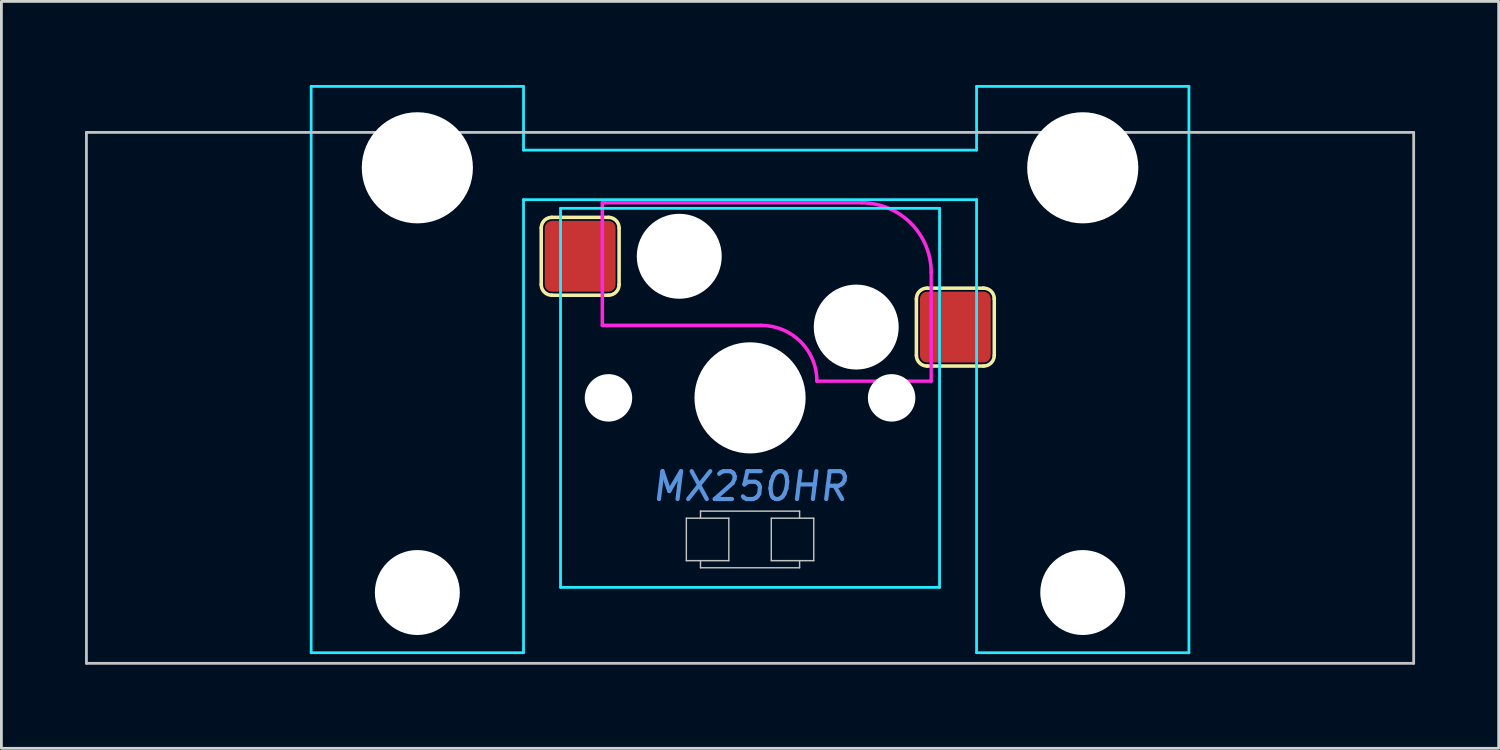
<source format=kicad_pcb>
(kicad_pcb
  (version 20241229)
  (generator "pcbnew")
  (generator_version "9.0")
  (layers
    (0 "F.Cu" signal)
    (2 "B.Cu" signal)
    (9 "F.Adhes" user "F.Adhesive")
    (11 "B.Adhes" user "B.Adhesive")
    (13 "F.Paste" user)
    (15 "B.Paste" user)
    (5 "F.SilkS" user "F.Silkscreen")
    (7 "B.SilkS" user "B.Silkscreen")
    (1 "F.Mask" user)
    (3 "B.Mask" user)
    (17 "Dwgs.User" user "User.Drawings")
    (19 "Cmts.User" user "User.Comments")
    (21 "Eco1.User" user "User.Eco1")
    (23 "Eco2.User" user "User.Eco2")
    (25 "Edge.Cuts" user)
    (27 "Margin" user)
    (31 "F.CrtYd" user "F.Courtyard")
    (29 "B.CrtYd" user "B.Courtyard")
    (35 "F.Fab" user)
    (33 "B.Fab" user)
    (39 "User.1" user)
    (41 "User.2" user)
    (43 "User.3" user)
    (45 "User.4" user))
  (footprint "MX250HR"
    (layer "F.Cu")
    (at 23.863 11.226)
    (property "Reference" "MX250HR" (at 0 3.175 0) (layer "Cmts.User") (effects (font (size 1 1) (thickness 0.15) (italic yes))))
    (attr smd)
    (fp_line (start -7.493 -6.096) (end -7.493 -4.064) (stroke (width 0.127) (type solid)) (layer "F.SilkS"))
    (fp_line (start -7.112 -3.683) (end -5.08 -3.683) (stroke (width 0.127) (type solid)) (layer "F.SilkS"))
    (fp_line (start -5.08 -6.477) (end -7.112 -6.477) (stroke (width 0.127) (type solid)) (layer "F.SilkS"))
    (fp_line (start -4.699 -4.064) (end -4.699 -6.096) (stroke (width 0.127) (type solid)) (layer "F.SilkS"))
    (fp_line (start 5.969 -3.556) (end 5.969 -1.524) (stroke (width 0.127) (type solid)) (layer "F.SilkS"))
    (fp_line (start 6.35 -1.143) (end 8.382 -1.143) (stroke (width 0.127) (type solid)) (layer "F.SilkS"))
    (fp_line (start 8.382 -3.937) (end 6.35 -3.937) (stroke (width 0.127) (type solid)) (layer "F.SilkS"))
    (fp_line (start 8.763 -1.524) (end 8.763 -3.556) (stroke (width 0.127) (type solid)) (layer "F.SilkS"))
    (fp_arc (start -7.493 -6.096) (mid -7.381408 -6.365408) (end -7.112 -6.477) (stroke (width 0.127) (type solid)) (layer "F.SilkS"))
    (fp_arc (start -7.112 -3.683) (mid -7.381408 -3.794592) (end -7.493 -4.064) (stroke (width 0.127) (type solid)) (layer "F.SilkS"))
    (fp_arc (start -5.08 -6.477) (mid -4.810592 -6.365408) (end -4.699 -6.096) (stroke (width 0.127) (type solid)) (layer "F.SilkS"))
    (fp_arc (start -4.699 -4.064) (mid -4.810592 -3.794592) (end -5.08 -3.683) (stroke (width 0.127) (type solid)) (layer "F.SilkS"))
    (fp_arc (start 5.969 -3.556) (mid 6.080592 -3.825408) (end 6.35 -3.937) (stroke (width 0.127) (type solid)) (layer "F.SilkS"))
    (fp_arc (start 6.35 -1.143) (mid 6.080592 -1.254592) (end 5.969 -1.524) (stroke (width 0.127) (type solid)) (layer "F.SilkS"))
    (fp_arc (start 8.382 -3.937) (mid 8.651408 -3.825408) (end 8.763 -3.556) (stroke (width 0.127) (type solid)) (layer "F.SilkS"))
    (fp_arc (start 8.763 -1.524) (mid 8.651408 -1.254592) (end 8.382 -1.143) (stroke (width 0.127) (type solid)) (layer "F.SilkS"))
    (fp_line (start -23.812 -9.525) (end -23.812 9.525) (stroke (width 0.1) (type solid)) (layer "Dwgs.User"))
    (fp_line (start -23.812 -9.525) (end 23.812 -9.525) (stroke (width 0.1) (type solid)) (layer "Dwgs.User"))
    (fp_line (start -23.812 9.525) (end 23.812 9.525) (stroke (width 0.1) (type solid)) (layer "Dwgs.User"))
    (fp_line (start -2.286 4.318) (end -0.762 4.318) (stroke (width 0.051) (type solid)) (layer "Dwgs.User"))
    (fp_line (start -2.286 5.842) (end -2.286 4.318) (stroke (width 0.051) (type solid)) (layer "Dwgs.User"))
    (fp_line (start -1.778 4.064) (end 1.778 4.064) (stroke (width 0.051) (type solid)) (layer "Dwgs.User"))
    (fp_line (start -1.778 4.318) (end -1.778 4.064) (stroke (width 0.051) (type solid)) (layer "Dwgs.User"))
    (fp_line (start -1.778 6.096) (end -1.778 5.842) (stroke (width 0.051) (type solid)) (layer "Dwgs.User"))
    (fp_line (start -0.762 4.318) (end -0.762 5.842) (stroke (width 0.051) (type solid)) (layer "Dwgs.User"))
    (fp_line (start -0.762 5.842) (end -2.286 5.842) (stroke (width 0.051) (type solid)) (layer "Dwgs.User"))
    (fp_line (start 0.762 4.318) (end 2.286 4.318) (stroke (width 0.051) (type solid)) (layer "Dwgs.User"))
    (fp_line (start 0.762 5.842) (end 0.762 4.318) (stroke (width 0.051) (type solid)) (layer "Dwgs.User"))
    (fp_line (start 1.778 4.064) (end 1.778 4.318) (stroke (width 0.051) (type solid)) (layer "Dwgs.User"))
    (fp_line (start 1.778 5.842) (end 1.778 6.096) (stroke (width 0.051) (type solid)) (layer "Dwgs.User"))
    (fp_line (start 1.778 6.096) (end -1.778 6.096) (stroke (width 0.051) (type solid)) (layer "Dwgs.User"))
    (fp_line (start 2.286 4.318) (end 2.286 5.842) (stroke (width 0.051) (type solid)) (layer "Dwgs.User"))
    (fp_line (start 2.286 5.842) (end 0.762 5.842) (stroke (width 0.051) (type solid)) (layer "Dwgs.User"))
    (fp_line (start 23.812 -9.525) (end 23.812 9.525) (stroke (width 0.1) (type solid)) (layer "Dwgs.User"))
    (fp_line (start -17.17 0.889) (end -17.17 2.921) (stroke (width 0.1) (type solid)) (layer "Eco1.User"))
    (fp_line (start -16.789 3.302) (end -16.535 3.302) (stroke (width 0.1) (type solid)) (layer "Eco1.User"))
    (fp_line (start -16.535 0.508) (end -16.789 0.508) (stroke (width 0.1) (type solid)) (layer "Eco1.User"))
    (fp_line (start -16.154 -6.223) (end -16.154 0.127) (stroke (width 0.1) (type solid)) (layer "Eco1.User"))
    (fp_line (start -16.154 3.683) (end -16.154 5.309) (stroke (width 0.1) (type solid)) (layer "Eco1.User"))
    (fp_line (start -15.773 5.69) (end -9.881 5.69) (stroke (width 0.1) (type solid)) (layer "Eco1.User"))
    (fp_line (start -14.732 -6.604) (end -15.773 -6.604) (stroke (width 0.1) (type solid)) (layer "Eco1.User"))
    (fp_line (start -14.351 -7.391) (end -14.351 -6.985) (stroke (width 0.1) (type solid)) (layer "Eco1.User"))
    (fp_line (start -11.684 -7.772) (end -13.97 -7.772) (stroke (width 0.1) (type solid)) (layer "Eco1.User"))
    (fp_line (start -11.303 -6.985) (end -11.303 -7.391) (stroke (width 0.1) (type solid)) (layer "Eco1.User"))
    (fp_line (start -9.881 -6.604) (end -10.922 -6.604) (stroke (width 0.1) (type solid)) (layer "Eco1.User"))
    (fp_line (start -9.5 -6.198) (end -9.5 -6.223) (stroke (width 0.1) (type solid)) (layer "Eco1.User"))
    (fp_line (start -9.5 5.309) (end -9.5 5.258) (stroke (width 0.1) (type solid)) (layer "Eco1.User"))
    (fp_line (start -9.119 4.877) (end -7.366 4.877) (stroke (width 0.1) (type solid)) (layer "Eco1.User"))
    (fp_line (start -7.366 -5.817) (end -9.119 -5.817) (stroke (width 0.1) (type solid)) (layer "Eco1.User"))
    (fp_line (start -6.985 -6.604) (end -6.985 -6.197) (stroke (width 0.1) (type solid)) (layer "Eco1.User"))
    (fp_line (start -6.985 5.258) (end -6.985 6.604) (stroke (width 0.1) (type solid)) (layer "Eco1.User"))
    (fp_line (start -6.604 -6.985) (end 6.604 -6.985) (stroke (width 0.1) (type solid)) (layer "Eco1.User"))
    (fp_line (start -2.159 0) (end 2.159 0) (stroke (width 0.1) (type solid)) (layer "Eco1.User"))
    (fp_line (start 0 2.159) (end 0 -2.159) (stroke (width 0.1) (type solid)) (layer "Eco1.User"))
    (fp_line (start 6.604 6.985) (end -6.604 6.985) (stroke (width 0.1) (type solid)) (layer "Eco1.User"))
    (fp_line (start 6.985 -6.604) (end 6.985 -6.197) (stroke (width 0.1) (type solid)) (layer "Eco1.User"))
    (fp_line (start 6.985 5.258) (end 6.985 6.604) (stroke (width 0.1) (type solid)) (layer "Eco1.User"))
    (fp_line (start 7.366 -5.817) (end 9.119 -5.817) (stroke (width 0.1) (type solid)) (layer "Eco1.User"))
    (fp_line (start 9.119 4.877) (end 7.366 4.877) (stroke (width 0.1) (type solid)) (layer "Eco1.User"))
    (fp_line (start 9.5 -6.198) (end 9.5 -6.223) (stroke (width 0.1) (type solid)) (layer "Eco1.User"))
    (fp_line (start 9.5 5.309) (end 9.5 5.258) (stroke (width 0.1) (type solid)) (layer "Eco1.User"))
    (fp_line (start 9.881 -6.604) (end 10.922 -6.604) (stroke (width 0.1) (type solid)) (layer "Eco1.User"))
    (fp_line (start 11.303 -6.985) (end 11.303 -7.391) (stroke (width 0.1) (type solid)) (layer "Eco1.User"))
    (fp_line (start 11.684 -7.772) (end 13.97 -7.772) (stroke (width 0.1) (type solid)) (layer "Eco1.User"))
    (fp_line (start 14.351 -7.391) (end 14.351 -6.985) (stroke (width 0.1) (type solid)) (layer "Eco1.User"))
    (fp_line (start 14.732 -6.604) (end 15.773 -6.604) (stroke (width 0.1) (type solid)) (layer "Eco1.User"))
    (fp_line (start 15.773 5.69) (end 9.881 5.69) (stroke (width 0.1) (type solid)) (layer "Eco1.User"))
    (fp_line (start 16.154 -6.223) (end 16.154 0.127) (stroke (width 0.1) (type solid)) (layer "Eco1.User"))
    (fp_line (start 16.154 3.683) (end 16.154 5.309) (stroke (width 0.1) (type solid)) (layer "Eco1.User"))
    (fp_line (start 16.535 0.508) (end 16.789 0.508) (stroke (width 0.1) (type solid)) (layer "Eco1.User"))
    (fp_line (start 16.789 3.302) (end 16.535 3.302) (stroke (width 0.1) (type solid)) (layer "Eco1.User"))
    (fp_line (start 17.17 0.889) (end 17.17 2.921) (stroke (width 0.1) (type solid)) (layer "Eco1.User"))
    (fp_arc (start -17.1704 0.889) (mid -17.058808 0.619592) (end -16.7894 0.508) (stroke (width 0.1) (type solid)) (layer "Eco1.User"))
    (fp_arc (start -16.7894 3.302) (mid -17.058808 3.190408) (end -17.1704 2.921) (stroke (width 0.1) (type solid)) (layer "Eco1.User"))
    (fp_arc (start -16.5354 3.302) (mid -16.265992 3.413592) (end -16.1544 3.683) (stroke (width 0.1) (type solid)) (layer "Eco1.User"))
    (fp_arc (start -16.1544 -6.223) (mid -16.042808 -6.492408) (end -15.7734 -6.604) (stroke (width 0.1) (type solid)) (layer "Eco1.User"))
    (fp_arc (start -16.1544 0.127) (mid -16.265992 0.396408) (end -16.5354 0.508) (stroke (width 0.1) (type solid)) (layer "Eco1.User"))
    (fp_arc (start -15.7734 5.6896) (mid -16.042808 5.578008) (end -16.1544 5.3086) (stroke (width 0.1) (type solid)) (layer "Eco1.User"))
    (fp_arc (start -14.351 -7.3914) (mid -14.239408 -7.660808) (end -13.97 -7.7724) (stroke (width 0.1) (type solid)) (layer "Eco1.User"))
    (fp_arc (start -14.351 -6.985) (mid -14.462592 -6.715592) (end -14.732 -6.604) (stroke (width 0.1) (type solid)) (layer "Eco1.User"))
    (fp_arc (start -11.684 -7.7724) (mid -11.414592 -7.660808) (end -11.303 -7.3914) (stroke (width 0.1) (type solid)) (layer "Eco1.User"))
    (fp_arc (start -10.922 -6.604) (mid -11.191408 -6.715592) (end -11.303 -6.985) (stroke (width 0.1) (type solid)) (layer "Eco1.User"))
    (fp_arc (start -9.8806 -6.604) (mid -9.611192 -6.492408) (end -9.4996 -6.223) (stroke (width 0.1) (type solid)) (layer "Eco1.User"))
    (fp_arc (start -9.4996 5.2578) (mid -9.388008 4.988392) (end -9.1186 4.8768) (stroke (width 0.1) (type solid)) (layer "Eco1.User"))
    (fp_arc (start -9.4996 5.3086) (mid -9.611192 5.578008) (end -9.8806 5.6896) (stroke (width 0.1) (type solid)) (layer "Eco1.User"))
    (fp_arc (start -9.1186 -5.8166) (mid -9.388008 -5.928192) (end -9.4996 -6.1976) (stroke (width 0.1) (type solid)) (layer "Eco1.User"))
    (fp_arc (start -7.366 4.8768) (mid -7.096592 4.988392) (end -6.985 5.2578) (stroke (width 0.1) (type solid)) (layer "Eco1.User"))
    (fp_arc (start -6.985 -6.604) (mid -6.873408 -6.873408) (end -6.604 -6.985) (stroke (width 0.1) (type solid)) (layer "Eco1.User"))
    (fp_arc (start -6.985 -6.1976) (mid -7.096592 -5.928192) (end -7.366 -5.8166) (stroke (width 0.1) (type solid)) (layer "Eco1.User"))
    (fp_arc (start -6.604 6.985) (mid -6.873408 6.873408) (end -6.985 6.604) (stroke (width 0.1) (type solid)) (layer "Eco1.User"))
    (fp_arc (start 6.604 -6.985) (mid 6.873408 -6.873408) (end 6.985 -6.604) (stroke (width 0.1) (type solid)) (layer "Eco1.User"))
    (fp_arc (start 6.985 5.2578) (mid 7.096592 4.988392) (end 7.366 4.8768) (stroke (width 0.1) (type solid)) (layer "Eco1.User"))
    (fp_arc (start 6.985 6.604) (mid 6.873408 6.873408) (end 6.604 6.985) (stroke (width 0.1) (type solid)) (layer "Eco1.User"))
    (fp_arc (start 7.366 -5.8166) (mid 7.096592 -5.928192) (end 6.985 -6.1976) (stroke (width 0.1) (type solid)) (layer "Eco1.User"))
    (fp_arc (start 9.1186 4.8768) (mid 9.388008 4.988392) (end 9.4996 5.2578) (stroke (width 0.1) (type solid)) (layer "Eco1.User"))
    (fp_arc (start 9.4996 -6.223) (mid 9.611192 -6.492408) (end 9.8806 -6.604) (stroke (width 0.1) (type solid)) (layer "Eco1.User"))
    (fp_arc (start 9.4996 -6.1976) (mid 9.388008 -5.928192) (end 9.1186 -5.8166) (stroke (width 0.1) (type solid)) (layer "Eco1.User"))
    (fp_arc (start 9.8806 5.6896) (mid 9.611192 5.578008) (end 9.4996 5.3086) (stroke (width 0.1) (type solid)) (layer "Eco1.User"))
    (fp_arc (start 11.303 -7.3914) (mid 11.414592 -7.660808) (end 11.684 -7.7724) (stroke (width 0.1) (type solid)) (layer "Eco1.User"))
    (fp_arc (start 11.303 -6.985) (mid 11.191408 -6.715592) (end 10.922 -6.604) (stroke (width 0.1) (type solid)) (layer "Eco1.User"))
    (fp_arc (start 13.97 -7.7724) (mid 14.239408 -7.660808) (end 14.351 -7.3914) (stroke (width 0.1) (type solid)) (layer "Eco1.User"))
    (fp_arc (start 14.732 -6.604) (mid 14.462592 -6.715592) (end 14.351 -6.985) (stroke (width 0.1) (type solid)) (layer "Eco1.User"))
    (fp_arc (start 15.7734 -6.604) (mid 16.042808 -6.492408) (end 16.1544 -6.223) (stroke (width 0.1) (type solid)) (layer "Eco1.User"))
    (fp_arc (start 16.1544 3.683) (mid 16.265992 3.413592) (end 16.5354 3.302) (stroke (width 0.1) (type solid)) (layer "Eco1.User"))
    (fp_arc (start 16.1544 5.3086) (mid 16.042808 5.578008) (end 15.7734 5.6896) (stroke (width 0.1) (type solid)) (layer "Eco1.User"))
    (fp_arc (start 16.5354 0.508) (mid 16.265992 0.396408) (end 16.1544 0.127) (stroke (width 0.1) (type solid)) (layer "Eco1.User"))
    (fp_arc (start 16.7894 0.508) (mid 17.058808 0.619592) (end 17.1704 0.889) (stroke (width 0.1) (type solid)) (layer "Eco1.User"))
    (fp_arc (start 17.1704 2.921) (mid 17.058808 3.190408) (end 16.7894 3.302) (stroke (width 0.1) (type solid)) (layer "Eco1.User"))
    (fp_circle (center 0 0) (end -1.994 0) (stroke (width 0.1) (type solid)) (fill no) (layer "Eco1.User"))
    (fp_line (start -15.748 -11.176) (end -8.128 -11.176) (stroke (width 0.1) (type solid)) (layer "B.CrtYd"))
    (fp_line (start -15.748 9.144) (end -15.748 -11.176) (stroke (width 0.1) (type solid)) (layer "B.CrtYd"))
    (fp_line (start -8.128 -8.89) (end -8.128 -11.176) (stroke (width 0.1) (type solid)) (layer "B.CrtYd"))
    (fp_line (start -8.128 -7.112) (end -8.128 9.142) (stroke (width 0.1) (type solid)) (layer "B.CrtYd"))
    (fp_line (start -8.128 9.144) (end -15.748 9.144) (stroke (width 0.1) (type solid)) (layer "B.CrtYd"))
    (fp_line (start -6.8 -6.8) (end -6.8 6.8) (stroke (width 0.1) (type solid)) (layer "B.CrtYd"))
    (fp_line (start 6.8 -6.8) (end -6.8 -6.8) (stroke (width 0.1) (type solid)) (layer "B.CrtYd"))
    (fp_line (start 6.8 -6.8) (end 6.8 6.8) (stroke (width 0.1) (type solid)) (layer "B.CrtYd"))
    (fp_line (start 6.8 6.8) (end -6.8 6.8) (stroke (width 0.1) (type solid)) (layer "B.CrtYd"))
    (fp_line (start 8.128 -8.89) (end -8.128 -8.89) (stroke (width 0.1) (type solid)) (layer "B.CrtYd"))
    (fp_line (start 8.128 -8.89) (end 8.128 -11.176) (stroke (width 0.1) (type solid)) (layer "B.CrtYd"))
    (fp_line (start 8.128 -7.112) (end -8.128 -7.112) (stroke (width 0.1) (type solid)) (layer "B.CrtYd"))
    (fp_line (start 8.128 -7.112) (end 8.128 9.144) (stroke (width 0.1) (type solid)) (layer "B.CrtYd"))
    (fp_line (start 8.128 9.144) (end 15.748 9.144) (stroke (width 0.1) (type solid)) (layer "B.CrtYd"))
    (fp_line (start 15.748 -11.176) (end 8.128 -11.176) (stroke (width 0.1) (type solid)) (layer "B.CrtYd"))
    (fp_line (start 15.748 9.144) (end 15.748 -11.176) (stroke (width 0.1) (type solid)) (layer "B.CrtYd"))
    (fp_line (start -5.3 -7) (end -5.3 -2.6) (stroke (width 0.127) (type solid)) (layer "F.CrtYd"))
    (fp_line (start -5.2 -7) (end -5.3 -7) (stroke (width 0.12) (type solid)) (layer "F.CrtYd"))
    (fp_line (start 0.4 -2.6) (end -5.3 -2.6) (stroke (width 0.127) (type solid)) (layer "F.CrtYd"))
    (fp_line (start 4 -7) (end -5.2 -7) (stroke (width 0.12) (type solid)) (layer "F.CrtYd"))
    (fp_line (start 6.5 -4.5) (end 6.5 -0.6) (stroke (width 0.12) (type solid)) (layer "F.CrtYd"))
    (fp_line (start 6.5 -0.6) (end 2.4 -0.6) (stroke (width 0.12) (type solid)) (layer "F.CrtYd"))
    (fp_arc (start 0.4 -2.6) (mid 1.814214 -2.014214) (end 2.4 -0.6) (stroke (width 0.127) (type solid)) (layer "F.CrtYd"))
    (fp_arc (start 4 -7) (mid 5.767767 -6.267767) (end 6.5 -4.5) (stroke (width 0.127) (type solid)) (layer "F.CrtYd"))
    (pad "" np_thru_hole circle (at -11.938 -8.255 180) (size 3.988 3.988) (drill 3.988) (layers "*.Cu" "*.Mask"))
    (pad "" np_thru_hole circle (at -11.938 6.985 180) (size 3.048 3.048) (drill 3.048) (layers "*.Cu" "*.Mask"))
    (pad "" np_thru_hole circle (at -5.08 0) (size 1.702 1.702) (drill 1.702) (layers "*.Cu" "*.Mask"))
    (pad "" np_thru_hole circle (at -2.54 -5.08) (size 3.048 3.048) (drill 3.048) (layers "*.Cu" "*.Mask"))
    (pad "" np_thru_hole circle (at 0 0) (size 3.988 3.988) (drill 3.988) (layers "*.Cu" "*.Mask"))
    (pad "" np_thru_hole circle (at 3.81 -2.54) (size 3.048 3.048) (drill 3.048) (layers "*.Cu" "*.Mask"))
    (pad "" np_thru_hole circle (at 5.08 0) (size 1.702 1.702) (drill 1.702) (layers "*.Cu" "*.Mask"))
    (pad "" np_thru_hole circle (at 11.938 -8.255 180) (size 3.988 3.988) (drill 3.988) (layers "*.Cu" "*.Mask"))
    (pad "" np_thru_hole circle (at 11.938 6.985 180) (size 3.048 3.048) (drill 3.048) (layers "*.Cu" "*.Mask"))
    (pad "1" smd roundrect (at -6.096 -5.08) (size 2.54 2.54) (layers "F.Cu" "F.Mask") (roundrect_rratio 0.1))
    (pad "2" smd roundrect (at 7.366 -2.54) (size 2.54 2.54) (layers "F.Cu" "F.Mask") (roundrect_rratio 0.1)))
  (gr_rect
    (start -3 -3)
    (end 50.725 23.801)
    (stroke (width 0.1) (type default))
    (fill no)
    (layer "Edge.Cuts")))
</source>
